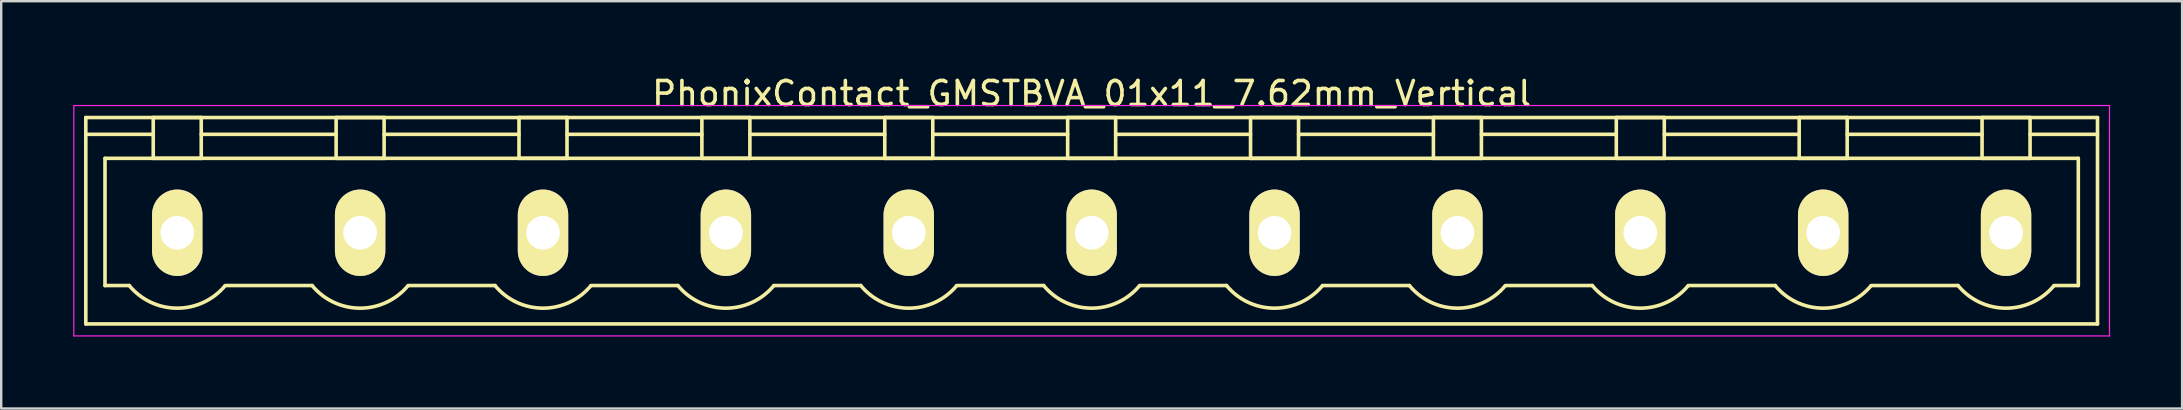
<source format=kicad_pcb>
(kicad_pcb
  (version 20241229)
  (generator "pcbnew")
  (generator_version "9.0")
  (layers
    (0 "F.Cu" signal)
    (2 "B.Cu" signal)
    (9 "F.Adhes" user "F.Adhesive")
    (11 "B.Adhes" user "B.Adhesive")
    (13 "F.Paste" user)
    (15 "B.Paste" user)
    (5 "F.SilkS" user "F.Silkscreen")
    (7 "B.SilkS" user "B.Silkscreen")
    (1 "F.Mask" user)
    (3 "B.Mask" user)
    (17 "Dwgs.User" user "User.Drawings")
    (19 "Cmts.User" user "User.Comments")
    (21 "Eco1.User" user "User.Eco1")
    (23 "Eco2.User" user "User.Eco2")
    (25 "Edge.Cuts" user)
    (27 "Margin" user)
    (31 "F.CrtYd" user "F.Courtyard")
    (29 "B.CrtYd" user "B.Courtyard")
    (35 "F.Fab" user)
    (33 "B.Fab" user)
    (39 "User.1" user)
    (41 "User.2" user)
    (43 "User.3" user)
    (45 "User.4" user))
  (footprint "PhonixContact_GMSTBVA_01x11_7.62mm_Vertical"
    (layer "F.Cu")
    (at 4.335 6.648)
    (property "Reference" "PhonixContact_GMSTBVA_01x11_7.62mm_Vertical" (at 38.1 -5.8 0) (layer "F.SilkS") (effects (font (size 1 1) (thickness 0.15))))
    (attr through_hole)
    (fp_line (start -3.81 -4.8) (end -3.81 3.8) (stroke (width 0.15) (type solid)) (layer "F.SilkS"))
    (fp_line (start -3.81 -4.1) (end -1 -4.1) (stroke (width 0.15) (type solid)) (layer "F.SilkS"))
    (fp_line (start -3.81 3.8) (end 80.01 3.8) (stroke (width 0.15) (type solid)) (layer "F.SilkS"))
    (fp_line (start -3.01 -3.1) (end 79.21 -3.1) (stroke (width 0.15) (type solid)) (layer "F.SilkS"))
    (fp_line (start -3.01 2.2) (end -3.01 -3.1) (stroke (width 0.15) (type solid)) (layer "F.SilkS"))
    (fp_line (start -2 2.2) (end -3.01 2.2) (stroke (width 0.15) (type solid)) (layer "F.SilkS"))
    (fp_line (start -1 -4.8) (end 1 -4.8) (stroke (width 0.15) (type solid)) (layer "F.SilkS"))
    (fp_line (start -1 -3.1) (end -1 -4.8) (stroke (width 0.15) (type solid)) (layer "F.SilkS"))
    (fp_line (start 1 -4.8) (end 1 -3.1) (stroke (width 0.15) (type solid)) (layer "F.SilkS"))
    (fp_line (start 1 -4.1) (end 6.62 -4.1) (stroke (width 0.15) (type solid)) (layer "F.SilkS"))
    (fp_line (start 1 -3.1) (end -1 -3.1) (stroke (width 0.15) (type solid)) (layer "F.SilkS"))
    (fp_line (start 2 2.2) (end 5.62 2.2) (stroke (width 0.15) (type solid)) (layer "F.SilkS"))
    (fp_line (start 6.62 -4.8) (end 8.62 -4.8) (stroke (width 0.15) (type solid)) (layer "F.SilkS"))
    (fp_line (start 6.62 -3.1) (end 6.62 -4.8) (stroke (width 0.15) (type solid)) (layer "F.SilkS"))
    (fp_line (start 8.62 -4.8) (end 8.62 -3.1) (stroke (width 0.15) (type solid)) (layer "F.SilkS"))
    (fp_line (start 8.62 -4.1) (end 14.24 -4.1) (stroke (width 0.15) (type solid)) (layer "F.SilkS"))
    (fp_line (start 8.62 -3.1) (end 6.62 -3.1) (stroke (width 0.15) (type solid)) (layer "F.SilkS"))
    (fp_line (start 9.62 2.2) (end 13.24 2.2) (stroke (width 0.15) (type solid)) (layer "F.SilkS"))
    (fp_line (start 14.24 -4.8) (end 16.24 -4.8) (stroke (width 0.15) (type solid)) (layer "F.SilkS"))
    (fp_line (start 14.24 -3.1) (end 14.24 -4.8) (stroke (width 0.15) (type solid)) (layer "F.SilkS"))
    (fp_line (start 16.24 -4.8) (end 16.24 -3.1) (stroke (width 0.15) (type solid)) (layer "F.SilkS"))
    (fp_line (start 16.24 -4.1) (end 21.86 -4.1) (stroke (width 0.15) (type solid)) (layer "F.SilkS"))
    (fp_line (start 16.24 -3.1) (end 14.24 -3.1) (stroke (width 0.15) (type solid)) (layer "F.SilkS"))
    (fp_line (start 17.24 2.2) (end 20.86 2.2) (stroke (width 0.15) (type solid)) (layer "F.SilkS"))
    (fp_line (start 21.86 -4.8) (end 23.86 -4.8) (stroke (width 0.15) (type solid)) (layer "F.SilkS"))
    (fp_line (start 21.86 -3.1) (end 21.86 -4.8) (stroke (width 0.15) (type solid)) (layer "F.SilkS"))
    (fp_line (start 23.86 -4.8) (end 23.86 -3.1) (stroke (width 0.15) (type solid)) (layer "F.SilkS"))
    (fp_line (start 23.86 -4.1) (end 29.48 -4.1) (stroke (width 0.15) (type solid)) (layer "F.SilkS"))
    (fp_line (start 23.86 -3.1) (end 21.86 -3.1) (stroke (width 0.15) (type solid)) (layer "F.SilkS"))
    (fp_line (start 24.86 2.2) (end 28.48 2.2) (stroke (width 0.15) (type solid)) (layer "F.SilkS"))
    (fp_line (start 29.48 -4.8) (end 31.48 -4.8) (stroke (width 0.15) (type solid)) (layer "F.SilkS"))
    (fp_line (start 29.48 -3.1) (end 29.48 -4.8) (stroke (width 0.15) (type solid)) (layer "F.SilkS"))
    (fp_line (start 31.48 -4.8) (end 31.48 -3.1) (stroke (width 0.15) (type solid)) (layer "F.SilkS"))
    (fp_line (start 31.48 -4.1) (end 37.1 -4.1) (stroke (width 0.15) (type solid)) (layer "F.SilkS"))
    (fp_line (start 31.48 -3.1) (end 29.48 -3.1) (stroke (width 0.15) (type solid)) (layer "F.SilkS"))
    (fp_line (start 32.48 2.2) (end 36.1 2.2) (stroke (width 0.15) (type solid)) (layer "F.SilkS"))
    (fp_line (start 37.1 -4.8) (end 39.1 -4.8) (stroke (width 0.15) (type solid)) (layer "F.SilkS"))
    (fp_line (start 37.1 -3.1) (end 37.1 -4.8) (stroke (width 0.15) (type solid)) (layer "F.SilkS"))
    (fp_line (start 39.1 -4.8) (end 39.1 -3.1) (stroke (width 0.15) (type solid)) (layer "F.SilkS"))
    (fp_line (start 39.1 -4.1) (end 44.72 -4.1) (stroke (width 0.15) (type solid)) (layer "F.SilkS"))
    (fp_line (start 39.1 -3.1) (end 37.1 -3.1) (stroke (width 0.15) (type solid)) (layer "F.SilkS"))
    (fp_line (start 40.1 2.2) (end 43.72 2.2) (stroke (width 0.15) (type solid)) (layer "F.SilkS"))
    (fp_line (start 44.72 -4.8) (end 46.72 -4.8) (stroke (width 0.15) (type solid)) (layer "F.SilkS"))
    (fp_line (start 44.72 -3.1) (end 44.72 -4.8) (stroke (width 0.15) (type solid)) (layer "F.SilkS"))
    (fp_line (start 46.72 -4.8) (end 46.72 -3.1) (stroke (width 0.15) (type solid)) (layer "F.SilkS"))
    (fp_line (start 46.72 -4.1) (end 52.34 -4.1) (stroke (width 0.15) (type solid)) (layer "F.SilkS"))
    (fp_line (start 46.72 -3.1) (end 44.72 -3.1) (stroke (width 0.15) (type solid)) (layer "F.SilkS"))
    (fp_line (start 47.72 2.2) (end 51.34 2.2) (stroke (width 0.15) (type solid)) (layer "F.SilkS"))
    (fp_line (start 52.34 -4.8) (end 54.34 -4.8) (stroke (width 0.15) (type solid)) (layer "F.SilkS"))
    (fp_line (start 52.34 -3.1) (end 52.34 -4.8) (stroke (width 0.15) (type solid)) (layer "F.SilkS"))
    (fp_line (start 54.34 -4.8) (end 54.34 -3.1) (stroke (width 0.15) (type solid)) (layer "F.SilkS"))
    (fp_line (start 54.34 -4.1) (end 59.96 -4.1) (stroke (width 0.15) (type solid)) (layer "F.SilkS"))
    (fp_line (start 54.34 -3.1) (end 52.34 -3.1) (stroke (width 0.15) (type solid)) (layer "F.SilkS"))
    (fp_line (start 55.34 2.2) (end 58.96 2.2) (stroke (width 0.15) (type solid)) (layer "F.SilkS"))
    (fp_line (start 59.96 -4.8) (end 61.96 -4.8) (stroke (width 0.15) (type solid)) (layer "F.SilkS"))
    (fp_line (start 59.96 -3.1) (end 59.96 -4.8) (stroke (width 0.15) (type solid)) (layer "F.SilkS"))
    (fp_line (start 61.96 -4.8) (end 61.96 -3.1) (stroke (width 0.15) (type solid)) (layer "F.SilkS"))
    (fp_line (start 61.96 -4.1) (end 67.58 -4.1) (stroke (width 0.15) (type solid)) (layer "F.SilkS"))
    (fp_line (start 61.96 -3.1) (end 59.96 -3.1) (stroke (width 0.15) (type solid)) (layer "F.SilkS"))
    (fp_line (start 62.96 2.2) (end 66.58 2.2) (stroke (width 0.15) (type solid)) (layer "F.SilkS"))
    (fp_line (start 67.58 -4.8) (end 69.58 -4.8) (stroke (width 0.15) (type solid)) (layer "F.SilkS"))
    (fp_line (start 67.58 -3.1) (end 67.58 -4.8) (stroke (width 0.15) (type solid)) (layer "F.SilkS"))
    (fp_line (start 69.58 -4.8) (end 69.58 -3.1) (stroke (width 0.15) (type solid)) (layer "F.SilkS"))
    (fp_line (start 69.58 -4.1) (end 75.2 -4.1) (stroke (width 0.15) (type solid)) (layer "F.SilkS"))
    (fp_line (start 69.58 -3.1) (end 67.58 -3.1) (stroke (width 0.15) (type solid)) (layer "F.SilkS"))
    (fp_line (start 70.58 2.2) (end 74.2 2.2) (stroke (width 0.15) (type solid)) (layer "F.SilkS"))
    (fp_line (start 75.2 -4.8) (end 77.2 -4.8) (stroke (width 0.15) (type solid)) (layer "F.SilkS"))
    (fp_line (start 75.2 -3.1) (end 75.2 -4.8) (stroke (width 0.15) (type solid)) (layer "F.SilkS"))
    (fp_line (start 77.2 -4.8) (end 77.2 -3.1) (stroke (width 0.15) (type solid)) (layer "F.SilkS"))
    (fp_line (start 77.2 -3.1) (end 75.2 -3.1) (stroke (width 0.15) (type solid)) (layer "F.SilkS"))
    (fp_line (start 79.21 -3.1) (end 79.21 2.2) (stroke (width 0.15) (type solid)) (layer "F.SilkS"))
    (fp_line (start 79.21 2.2) (end 78.2 2.2) (stroke (width 0.15) (type solid)) (layer "F.SilkS"))
    (fp_line (start 80.01 -4.8) (end -3.81 -4.8) (stroke (width 0.15) (type solid)) (layer "F.SilkS"))
    (fp_line (start 80.01 -4.1) (end 77.2 -4.1) (stroke (width 0.15) (type solid)) (layer "F.SilkS"))
    (fp_line (start 80.01 3.8) (end 80.01 -4.8) (stroke (width 0.15) (type solid)) (layer "F.SilkS"))
    (fp_arc (start 1.986842 2.215821) (mid -0.010289 3.142758) (end -2 2.2) (stroke (width 0.15) (type solid)) (layer "F.SilkS"))
    (fp_arc (start 9.606842 2.215821) (mid 7.609711 3.142758) (end 5.62 2.2) (stroke (width 0.15) (type solid)) (layer "F.SilkS"))
    (fp_arc (start 17.226842 2.215821) (mid 15.229711 3.142758) (end 13.24 2.2) (stroke (width 0.15) (type solid)) (layer "F.SilkS"))
    (fp_arc (start 24.846842 2.215821) (mid 22.849711 3.142758) (end 20.86 2.2) (stroke (width 0.15) (type solid)) (layer "F.SilkS"))
    (fp_arc (start 32.466842 2.215821) (mid 30.469711 3.142758) (end 28.48 2.2) (stroke (width 0.15) (type solid)) (layer "F.SilkS"))
    (fp_arc (start 40.086842 2.215821) (mid 38.089711 3.142758) (end 36.1 2.2) (stroke (width 0.15) (type solid)) (layer "F.SilkS"))
    (fp_arc (start 47.706842 2.215821) (mid 45.709711 3.142758) (end 43.72 2.2) (stroke (width 0.15) (type solid)) (layer "F.SilkS"))
    (fp_arc (start 55.326842 2.215821) (mid 53.329711 3.142758) (end 51.34 2.2) (stroke (width 0.15) (type solid)) (layer "F.SilkS"))
    (fp_arc (start 62.946842 2.215821) (mid 60.949711 3.142758) (end 58.96 2.2) (stroke (width 0.15) (type solid)) (layer "F.SilkS"))
    (fp_arc (start 70.566842 2.215821) (mid 68.569711 3.142758) (end 66.58 2.2) (stroke (width 0.15) (type solid)) (layer "F.SilkS"))
    (fp_arc (start 78.186842 2.215821) (mid 76.189711 3.142758) (end 74.2 2.2) (stroke (width 0.15) (type solid)) (layer "F.SilkS"))
    (fp_line (start -4.31 -5.3) (end -4.31 4.3) (stroke (width 0.05) (type solid)) (layer "F.CrtYd"))
    (fp_line (start -4.31 4.3) (end 80.51 4.3) (stroke (width 0.05) (type solid)) (layer "F.CrtYd"))
    (fp_line (start 80.51 -5.3) (end -4.31 -5.3) (stroke (width 0.05) (type solid)) (layer "F.CrtYd"))
    (fp_line (start 80.51 4.3) (end 80.51 -5.3) (stroke (width 0.05) (type solid)) (layer "F.CrtYd"))
    (pad "1" thru_hole oval (at 0 0) (size 2.1 3.6) (drill 1.4) (layers "*.Cu" "*.Mask" "F.SilkS"))
    (pad "2" thru_hole oval (at 7.62 0) (size 2.1 3.6) (drill 1.4) (layers "*.Cu" "*.Mask" "F.SilkS"))
    (pad "3" thru_hole oval (at 15.24 0) (size 2.1 3.6) (drill 1.4) (layers "*.Cu" "*.Mask" "F.SilkS"))
    (pad "4" thru_hole oval (at 22.86 0) (size 2.1 3.6) (drill 1.4) (layers "*.Cu" "*.Mask" "F.SilkS"))
    (pad "5" thru_hole oval (at 30.48 0) (size 2.1 3.6) (drill 1.4) (layers "*.Cu" "*.Mask" "F.SilkS"))
    (pad "6" thru_hole oval (at 38.1 0) (size 2.1 3.6) (drill 1.4) (layers "*.Cu" "*.Mask" "F.SilkS"))
    (pad "7" thru_hole oval (at 45.72 0) (size 2.1 3.6) (drill 1.4) (layers "*.Cu" "*.Mask" "F.SilkS"))
    (pad "8" thru_hole oval (at 53.34 0) (size 2.1 3.6) (drill 1.4) (layers "*.Cu" "*.Mask" "F.SilkS"))
    (pad "9" thru_hole oval (at 60.96 0) (size 2.1 3.6) (drill 1.4) (layers "*.Cu" "*.Mask" "F.SilkS"))
    (pad "10" thru_hole oval (at 68.58 0) (size 2.1 3.6) (drill 1.4) (layers "*.Cu" "*.Mask" "F.SilkS"))
    (pad "11" thru_hole oval (at 76.2 0) (size 2.1 3.6) (drill 1.4) (layers "*.Cu" "*.Mask" "F.SilkS")))
  (gr_rect
    (start -3 -3)
    (end 87.87 13.973)
    (stroke (width 0.1) (type default))
    (fill no)
    (layer "Edge.Cuts")))
</source>
